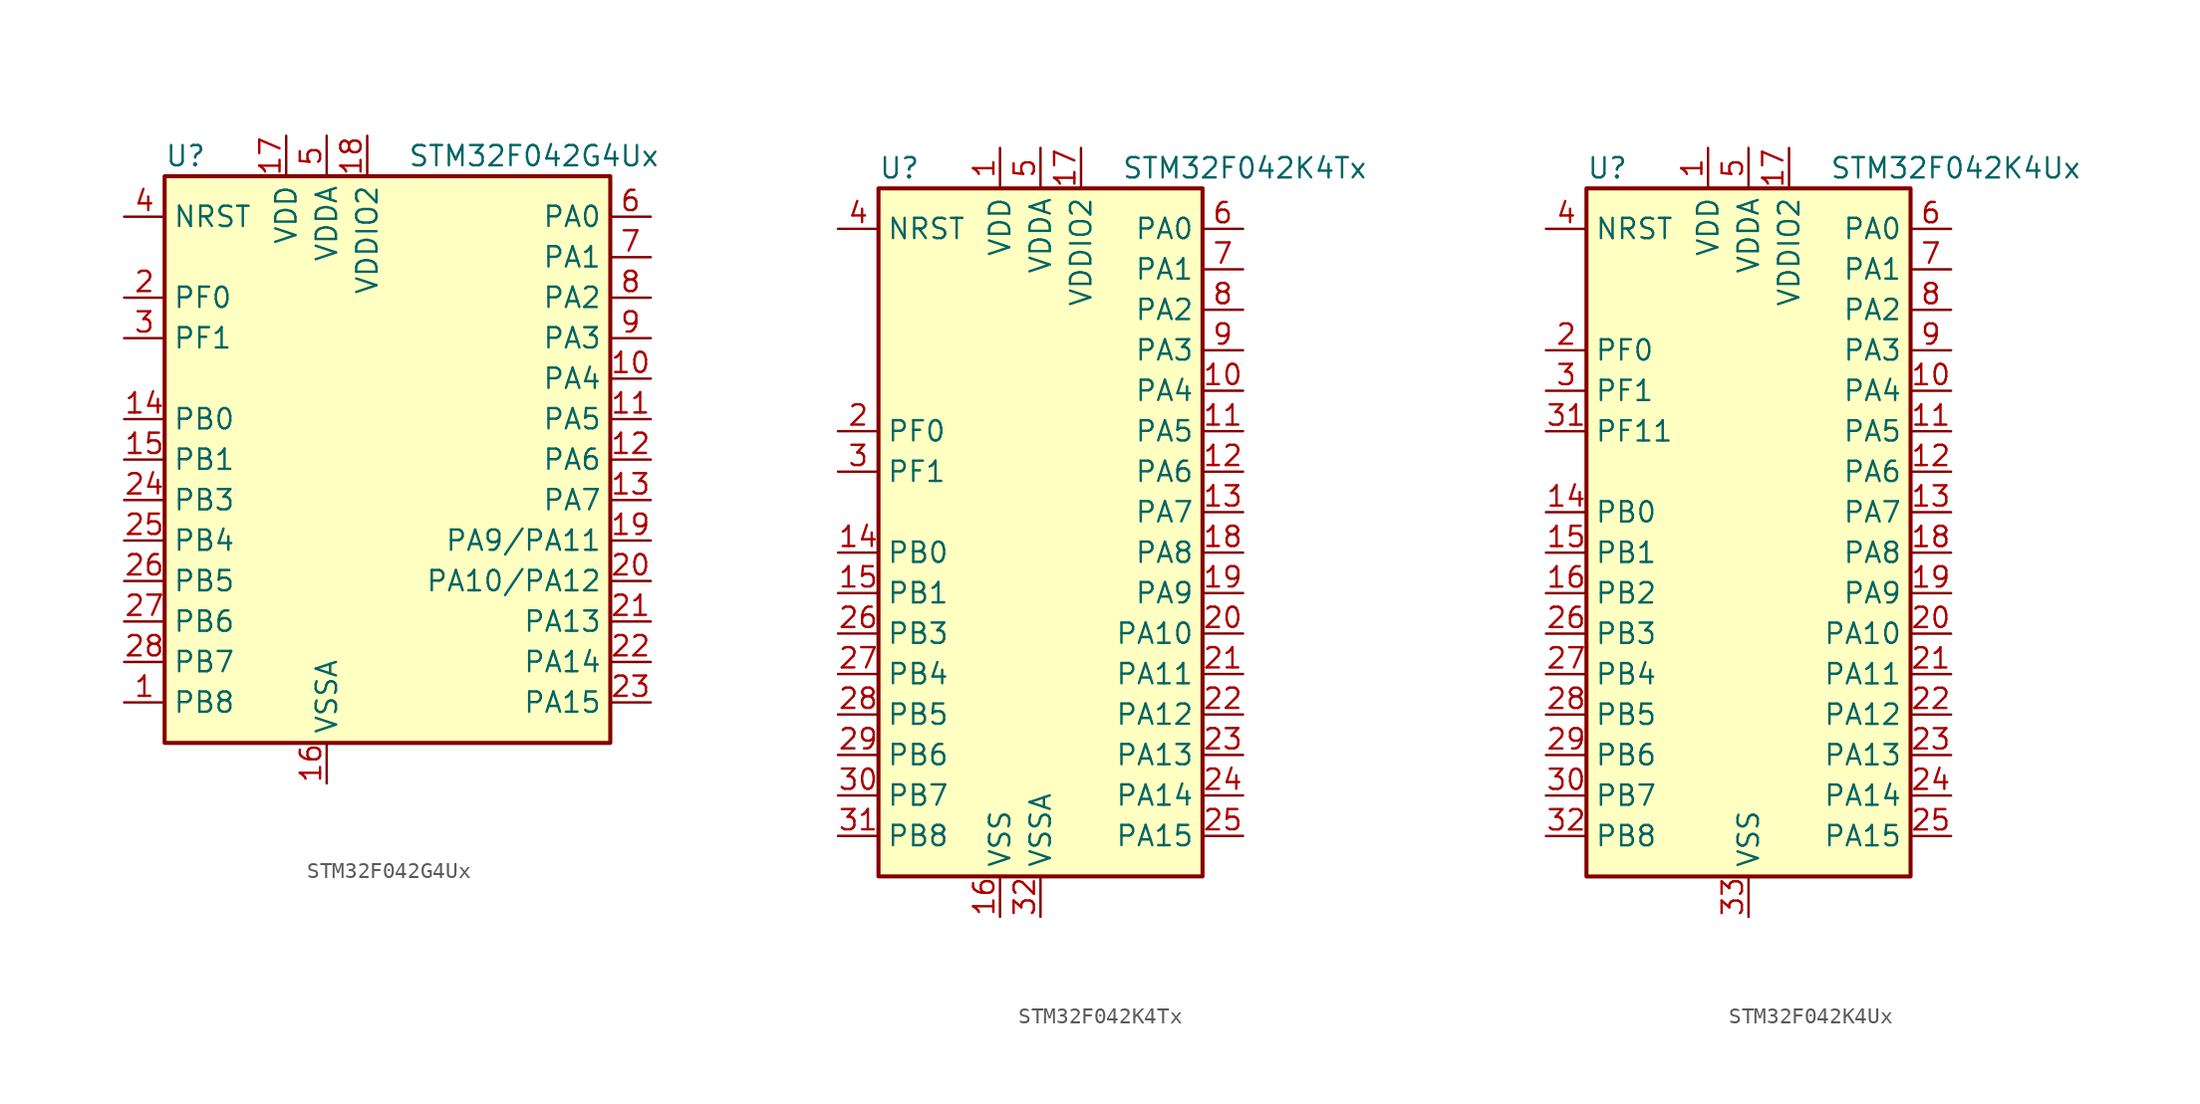
<source format=kicad_sym>
(kicad_symbol_lib
  (version 20201005)
  (generator kicad_symbol_editor)
  (symbol "MCU_ST_STM32F0:STM32F042G4Ux"
    (property "Reference" "U"
      (at -15.24 19.05 0)
      (effects (font (size 1.27 1.27)) (justify left)))
    (property "Value" "STM32F042G4Ux"
      (at 0 19.05 0)
      (effects (font (size 1.27 1.27)) (justify left)))
    (symbol "STM32F042G4Ux_0_1"
      (rectangle (start -15.24 -17.78) (end 12.7 17.78) (stroke (width 0.254)) (fill (type background))))
    (symbol "STM32F042G4Ux_1_1"
      (pin bidirectional line (at -17.78 -15.24 0) (length 2.54) (name "PB8" (effects (font (size 1.27 1.27)))) (number "1" (effects (font (size 1.27 1.27)))))
      (pin bidirectional line (at 15.24 5.08 180) (length 2.54) (name "PA4" (effects (font (size 1.27 1.27)))) (number "10" (effects (font (size 1.27 1.27)))))
      (pin bidirectional line (at 15.24 2.54 180) (length 2.54) (name "PA5" (effects (font (size 1.27 1.27)))) (number "11" (effects (font (size 1.27 1.27)))))
      (pin bidirectional line (at 15.24 0 180) (length 2.54) (name "PA6" (effects (font (size 1.27 1.27)))) (number "12" (effects (font (size 1.27 1.27)))))
      (pin bidirectional line (at 15.24 -2.54 180) (length 2.54) (name "PA7" (effects (font (size 1.27 1.27)))) (number "13" (effects (font (size 1.27 1.27)))))
      (pin bidirectional line (at -17.78 2.54 0) (length 2.54) (name "PB0" (effects (font (size 1.27 1.27)))) (number "14" (effects (font (size 1.27 1.27)))))
      (pin bidirectional line (at -17.78 0 0) (length 2.54) (name "PB1" (effects (font (size 1.27 1.27)))) (number "15" (effects (font (size 1.27 1.27)))))
      (pin power_in line (at -5.08 -20.32 90) (length 2.54) (name "VSSA" (effects (font (size 1.27 1.27)))) (number "16" (effects (font (size 1.27 1.27)))))
      (pin power_in line (at -7.62 20.32 270) (length 2.54) (name "VDD" (effects (font (size 1.27 1.27)))) (number "17" (effects (font (size 1.27 1.27)))))
      (pin power_in line (at -2.54 20.32 270) (length 2.54) (name "VDDIO2" (effects (font (size 1.27 1.27)))) (number "18" (effects (font (size 1.27 1.27)))))
      (pin bidirectional line (at 15.24 -5.08 180) (length 2.54) (name "PA9/PA11" (effects (font (size 1.27 1.27)))) (number "19" (effects (font (size 1.27 1.27)))))
      (pin input line (at -17.78 10.16 0) (length 2.54) (name "PF0" (effects (font (size 1.27 1.27)))) (number "2" (effects (font (size 1.27 1.27)))))
      (pin bidirectional line (at 15.24 -7.62 180) (length 2.54) (name "PA10/PA12" (effects (font (size 1.27 1.27)))) (number "20" (effects (font (size 1.27 1.27)))))
      (pin bidirectional line (at 15.24 -10.16 180) (length 2.54) (name "PA13" (effects (font (size 1.27 1.27)))) (number "21" (effects (font (size 1.27 1.27)))))
      (pin bidirectional line (at 15.24 -12.7 180) (length 2.54) (name "PA14" (effects (font (size 1.27 1.27)))) (number "22" (effects (font (size 1.27 1.27)))))
      (pin bidirectional line (at 15.24 -15.24 180) (length 2.54) (name "PA15" (effects (font (size 1.27 1.27)))) (number "23" (effects (font (size 1.27 1.27)))))
      (pin bidirectional line (at -17.78 -2.54 0) (length 2.54) (name "PB3" (effects (font (size 1.27 1.27)))) (number "24" (effects (font (size 1.27 1.27)))))
      (pin bidirectional line (at -17.78 -5.08 0) (length 2.54) (name "PB4" (effects (font (size 1.27 1.27)))) (number "25" (effects (font (size 1.27 1.27)))))
      (pin bidirectional line (at -17.78 -7.62 0) (length 2.54) (name "PB5" (effects (font (size 1.27 1.27)))) (number "26" (effects (font (size 1.27 1.27)))))
      (pin bidirectional line (at -17.78 -10.16 0) (length 2.54) (name "PB6" (effects (font (size 1.27 1.27)))) (number "27" (effects (font (size 1.27 1.27)))))
      (pin bidirectional line (at -17.78 -12.7 0) (length 2.54) (name "PB7" (effects (font (size 1.27 1.27)))) (number "28" (effects (font (size 1.27 1.27)))))
      (pin input line (at -17.78 7.62 0) (length 2.54) (name "PF1" (effects (font (size 1.27 1.27)))) (number "3" (effects (font (size 1.27 1.27)))))
      (pin input line (at -17.78 15.24 0) (length 2.54) (name "NRST" (effects (font (size 1.27 1.27)))) (number "4" (effects (font (size 1.27 1.27)))))
      (pin power_in line (at -5.08 20.32 270) (length 2.54) (name "VDDA" (effects (font (size 1.27 1.27)))) (number "5" (effects (font (size 1.27 1.27)))))
      (pin bidirectional line (at 15.24 15.24 180) (length 2.54) (name "PA0" (effects (font (size 1.27 1.27)))) (number "6" (effects (font (size 1.27 1.27)))))
      (pin bidirectional line (at 15.24 12.7 180) (length 2.54) (name "PA1" (effects (font (size 1.27 1.27)))) (number "7" (effects (font (size 1.27 1.27)))))
      (pin bidirectional line (at 15.24 10.16 180) (length 2.54) (name "PA2" (effects (font (size 1.27 1.27)))) (number "8" (effects (font (size 1.27 1.27)))))
      (pin bidirectional line (at 15.24 7.62 180) (length 2.54) (name "PA3" (effects (font (size 1.27 1.27)))) (number "9" (effects (font (size 1.27 1.27)))))))
  (symbol "MCU_ST_STM32F0:STM32F042K4Tx"
    (property "Reference" "U"
      (at -10.16 21.59 0)
      (effects (font (size 1.27 1.27)) (justify left)))
    (property "Value" "STM32F042K4Tx"
      (at 5.08 21.59 0)
      (effects (font (size 1.27 1.27)) (justify left)))
    (symbol "STM32F042K4Tx_0_1"
      (rectangle (start -10.16 -22.86) (end 10.16 20.32) (stroke (width 0.254)) (fill (type background))))
    (symbol "STM32F042K4Tx_1_1"
      (pin power_in line (at -2.54 22.86 270) (length 2.54) (name "VDD" (effects (font (size 1.27 1.27)))) (number "1" (effects (font (size 1.27 1.27)))))
      (pin bidirectional line (at 12.7 7.62 180) (length 2.54) (name "PA4" (effects (font (size 1.27 1.27)))) (number "10" (effects (font (size 1.27 1.27)))))
      (pin bidirectional line (at 12.7 5.08 180) (length 2.54) (name "PA5" (effects (font (size 1.27 1.27)))) (number "11" (effects (font (size 1.27 1.27)))))
      (pin bidirectional line (at 12.7 2.54 180) (length 2.54) (name "PA6" (effects (font (size 1.27 1.27)))) (number "12" (effects (font (size 1.27 1.27)))))
      (pin bidirectional line (at 12.7 0 180) (length 2.54) (name "PA7" (effects (font (size 1.27 1.27)))) (number "13" (effects (font (size 1.27 1.27)))))
      (pin bidirectional line (at -12.7 -2.54 0) (length 2.54) (name "PB0" (effects (font (size 1.27 1.27)))) (number "14" (effects (font (size 1.27 1.27)))))
      (pin bidirectional line (at -12.7 -5.08 0) (length 2.54) (name "PB1" (effects (font (size 1.27 1.27)))) (number "15" (effects (font (size 1.27 1.27)))))
      (pin power_in line (at -2.54 -25.4 90) (length 2.54) (name "VSS" (effects (font (size 1.27 1.27)))) (number "16" (effects (font (size 1.27 1.27)))))
      (pin power_in line (at 2.54 22.86 270) (length 2.54) (name "VDDIO2" (effects (font (size 1.27 1.27)))) (number "17" (effects (font (size 1.27 1.27)))))
      (pin bidirectional line (at 12.7 -2.54 180) (length 2.54) (name "PA8" (effects (font (size 1.27 1.27)))) (number "18" (effects (font (size 1.27 1.27)))))
      (pin bidirectional line (at 12.7 -5.08 180) (length 2.54) (name "PA9" (effects (font (size 1.27 1.27)))) (number "19" (effects (font (size 1.27 1.27)))))
      (pin input line (at -12.7 5.08 0) (length 2.54) (name "PF0" (effects (font (size 1.27 1.27)))) (number "2" (effects (font (size 1.27 1.27)))))
      (pin bidirectional line (at 12.7 -7.62 180) (length 2.54) (name "PA10" (effects (font (size 1.27 1.27)))) (number "20" (effects (font (size 1.27 1.27)))))
      (pin bidirectional line (at 12.7 -10.16 180) (length 2.54) (name "PA11" (effects (font (size 1.27 1.27)))) (number "21" (effects (font (size 1.27 1.27)))))
      (pin bidirectional line (at 12.7 -12.7 180) (length 2.54) (name "PA12" (effects (font (size 1.27 1.27)))) (number "22" (effects (font (size 1.27 1.27)))))
      (pin bidirectional line (at 12.7 -15.24 180) (length 2.54) (name "PA13" (effects (font (size 1.27 1.27)))) (number "23" (effects (font (size 1.27 1.27)))))
      (pin bidirectional line (at 12.7 -17.78 180) (length 2.54) (name "PA14" (effects (font (size 1.27 1.27)))) (number "24" (effects (font (size 1.27 1.27)))))
      (pin bidirectional line (at 12.7 -20.32 180) (length 2.54) (name "PA15" (effects (font (size 1.27 1.27)))) (number "25" (effects (font (size 1.27 1.27)))))
      (pin bidirectional line (at -12.7 -7.62 0) (length 2.54) (name "PB3" (effects (font (size 1.27 1.27)))) (number "26" (effects (font (size 1.27 1.27)))))
      (pin bidirectional line (at -12.7 -10.16 0) (length 2.54) (name "PB4" (effects (font (size 1.27 1.27)))) (number "27" (effects (font (size 1.27 1.27)))))
      (pin bidirectional line (at -12.7 -12.7 0) (length 2.54) (name "PB5" (effects (font (size 1.27 1.27)))) (number "28" (effects (font (size 1.27 1.27)))))
      (pin bidirectional line (at -12.7 -15.24 0) (length 2.54) (name "PB6" (effects (font (size 1.27 1.27)))) (number "29" (effects (font (size 1.27 1.27)))))
      (pin input line (at -12.7 2.54 0) (length 2.54) (name "PF1" (effects (font (size 1.27 1.27)))) (number "3" (effects (font (size 1.27 1.27)))))
      (pin bidirectional line (at -12.7 -17.78 0) (length 2.54) (name "PB7" (effects (font (size 1.27 1.27)))) (number "30" (effects (font (size 1.27 1.27)))))
      (pin bidirectional line (at -12.7 -20.32 0) (length 2.54) (name "PB8" (effects (font (size 1.27 1.27)))) (number "31" (effects (font (size 1.27 1.27)))))
      (pin power_in line (at 0 -25.4 90) (length 2.54) (name "VSSA" (effects (font (size 1.27 1.27)))) (number "32" (effects (font (size 1.27 1.27)))))
      (pin input line (at -12.7 17.78 0) (length 2.54) (name "NRST" (effects (font (size 1.27 1.27)))) (number "4" (effects (font (size 1.27 1.27)))))
      (pin power_in line (at 0 22.86 270) (length 2.54) (name "VDDA" (effects (font (size 1.27 1.27)))) (number "5" (effects (font (size 1.27 1.27)))))
      (pin bidirectional line (at 12.7 17.78 180) (length 2.54) (name "PA0" (effects (font (size 1.27 1.27)))) (number "6" (effects (font (size 1.27 1.27)))))
      (pin bidirectional line (at 12.7 15.24 180) (length 2.54) (name "PA1" (effects (font (size 1.27 1.27)))) (number "7" (effects (font (size 1.27 1.27)))))
      (pin bidirectional line (at 12.7 12.7 180) (length 2.54) (name "PA2" (effects (font (size 1.27 1.27)))) (number "8" (effects (font (size 1.27 1.27)))))
      (pin bidirectional line (at 12.7 10.16 180) (length 2.54) (name "PA3" (effects (font (size 1.27 1.27)))) (number "9" (effects (font (size 1.27 1.27)))))))
  (symbol "MCU_ST_STM32F0:STM32F042K4Ux"
    (property "Reference" "U"
      (at -10.16 21.59 0)
      (effects (font (size 1.27 1.27)) (justify left)))
    (property "Value" "STM32F042K4Ux"
      (at 5.08 21.59 0)
      (effects (font (size 1.27 1.27)) (justify left)))
    (symbol "STM32F042K4Ux_0_1"
      (rectangle (start -10.16 -22.86) (end 10.16 20.32) (stroke (width 0.254)) (fill (type background))))
    (symbol "STM32F042K4Ux_1_1"
      (pin power_in line (at -2.54 22.86 270) (length 2.54) (name "VDD" (effects (font (size 1.27 1.27)))) (number "1" (effects (font (size 1.27 1.27)))))
      (pin bidirectional line (at 12.7 7.62 180) (length 2.54) (name "PA4" (effects (font (size 1.27 1.27)))) (number "10" (effects (font (size 1.27 1.27)))))
      (pin bidirectional line (at 12.7 5.08 180) (length 2.54) (name "PA5" (effects (font (size 1.27 1.27)))) (number "11" (effects (font (size 1.27 1.27)))))
      (pin bidirectional line (at 12.7 2.54 180) (length 2.54) (name "PA6" (effects (font (size 1.27 1.27)))) (number "12" (effects (font (size 1.27 1.27)))))
      (pin bidirectional line (at 12.7 0 180) (length 2.54) (name "PA7" (effects (font (size 1.27 1.27)))) (number "13" (effects (font (size 1.27 1.27)))))
      (pin bidirectional line (at -12.7 0 0) (length 2.54) (name "PB0" (effects (font (size 1.27 1.27)))) (number "14" (effects (font (size 1.27 1.27)))))
      (pin bidirectional line (at -12.7 -2.54 0) (length 2.54) (name "PB1" (effects (font (size 1.27 1.27)))) (number "15" (effects (font (size 1.27 1.27)))))
      (pin bidirectional line (at -12.7 -5.08 0) (length 2.54) (name "PB2" (effects (font (size 1.27 1.27)))) (number "16" (effects (font (size 1.27 1.27)))))
      (pin power_in line (at 2.54 22.86 270) (length 2.54) (name "VDDIO2" (effects (font (size 1.27 1.27)))) (number "17" (effects (font (size 1.27 1.27)))))
      (pin bidirectional line (at 12.7 -2.54 180) (length 2.54) (name "PA8" (effects (font (size 1.27 1.27)))) (number "18" (effects (font (size 1.27 1.27)))))
      (pin bidirectional line (at 12.7 -5.08 180) (length 2.54) (name "PA9" (effects (font (size 1.27 1.27)))) (number "19" (effects (font (size 1.27 1.27)))))
      (pin input line (at -12.7 10.16 0) (length 2.54) (name "PF0" (effects (font (size 1.27 1.27)))) (number "2" (effects (font (size 1.27 1.27)))))
      (pin bidirectional line (at 12.7 -7.62 180) (length 2.54) (name "PA10" (effects (font (size 1.27 1.27)))) (number "20" (effects (font (size 1.27 1.27)))))
      (pin bidirectional line (at 12.7 -10.16 180) (length 2.54) (name "PA11" (effects (font (size 1.27 1.27)))) (number "21" (effects (font (size 1.27 1.27)))))
      (pin bidirectional line (at 12.7 -12.7 180) (length 2.54) (name "PA12" (effects (font (size 1.27 1.27)))) (number "22" (effects (font (size 1.27 1.27)))))
      (pin bidirectional line (at 12.7 -15.24 180) (length 2.54) (name "PA13" (effects (font (size 1.27 1.27)))) (number "23" (effects (font (size 1.27 1.27)))))
      (pin bidirectional line (at 12.7 -17.78 180) (length 2.54) (name "PA14" (effects (font (size 1.27 1.27)))) (number "24" (effects (font (size 1.27 1.27)))))
      (pin bidirectional line (at 12.7 -20.32 180) (length 2.54) (name "PA15" (effects (font (size 1.27 1.27)))) (number "25" (effects (font (size 1.27 1.27)))))
      (pin bidirectional line (at -12.7 -7.62 0) (length 2.54) (name "PB3" (effects (font (size 1.27 1.27)))) (number "26" (effects (font (size 1.27 1.27)))))
      (pin bidirectional line (at -12.7 -10.16 0) (length 2.54) (name "PB4" (effects (font (size 1.27 1.27)))) (number "27" (effects (font (size 1.27 1.27)))))
      (pin bidirectional line (at -12.7 -12.7 0) (length 2.54) (name "PB5" (effects (font (size 1.27 1.27)))) (number "28" (effects (font (size 1.27 1.27)))))
      (pin bidirectional line (at -12.7 -15.24 0) (length 2.54) (name "PB6" (effects (font (size 1.27 1.27)))) (number "29" (effects (font (size 1.27 1.27)))))
      (pin input line (at -12.7 7.62 0) (length 2.54) (name "PF1" (effects (font (size 1.27 1.27)))) (number "3" (effects (font (size 1.27 1.27)))))
      (pin bidirectional line (at -12.7 -17.78 0) (length 2.54) (name "PB7" (effects (font (size 1.27 1.27)))) (number "30" (effects (font (size 1.27 1.27)))))
      (pin bidirectional line (at -12.7 5.08 0) (length 2.54) (name "PF11" (effects (font (size 1.27 1.27)))) (number "31" (effects (font (size 1.27 1.27)))))
      (pin bidirectional line (at -12.7 -20.32 0) (length 2.54) (name "PB8" (effects (font (size 1.27 1.27)))) (number "32" (effects (font (size 1.27 1.27)))))
      (pin power_in line (at 0 -25.4 90) (length 2.54) (name "VSS" (effects (font (size 1.27 1.27)))) (number "33" (effects (font (size 1.27 1.27)))))
      (pin input line (at -12.7 17.78 0) (length 2.54) (name "NRST" (effects (font (size 1.27 1.27)))) (number "4" (effects (font (size 1.27 1.27)))))
      (pin power_in line (at 0 22.86 270) (length 2.54) (name "VDDA" (effects (font (size 1.27 1.27)))) (number "5" (effects (font (size 1.27 1.27)))))
      (pin bidirectional line (at 12.7 17.78 180) (length 2.54) (name "PA0" (effects (font (size 1.27 1.27)))) (number "6" (effects (font (size 1.27 1.27)))))
      (pin bidirectional line (at 12.7 15.24 180) (length 2.54) (name "PA1" (effects (font (size 1.27 1.27)))) (number "7" (effects (font (size 1.27 1.27)))))
      (pin bidirectional line (at 12.7 12.7 180) (length 2.54) (name "PA2" (effects (font (size 1.27 1.27)))) (number "8" (effects (font (size 1.27 1.27)))))
      (pin bidirectional line (at 12.7 10.16 180) (length 2.54) (name "PA3" (effects (font (size 1.27 1.27)))) (number "9" (effects (font (size 1.27 1.27))))))))
</source>
